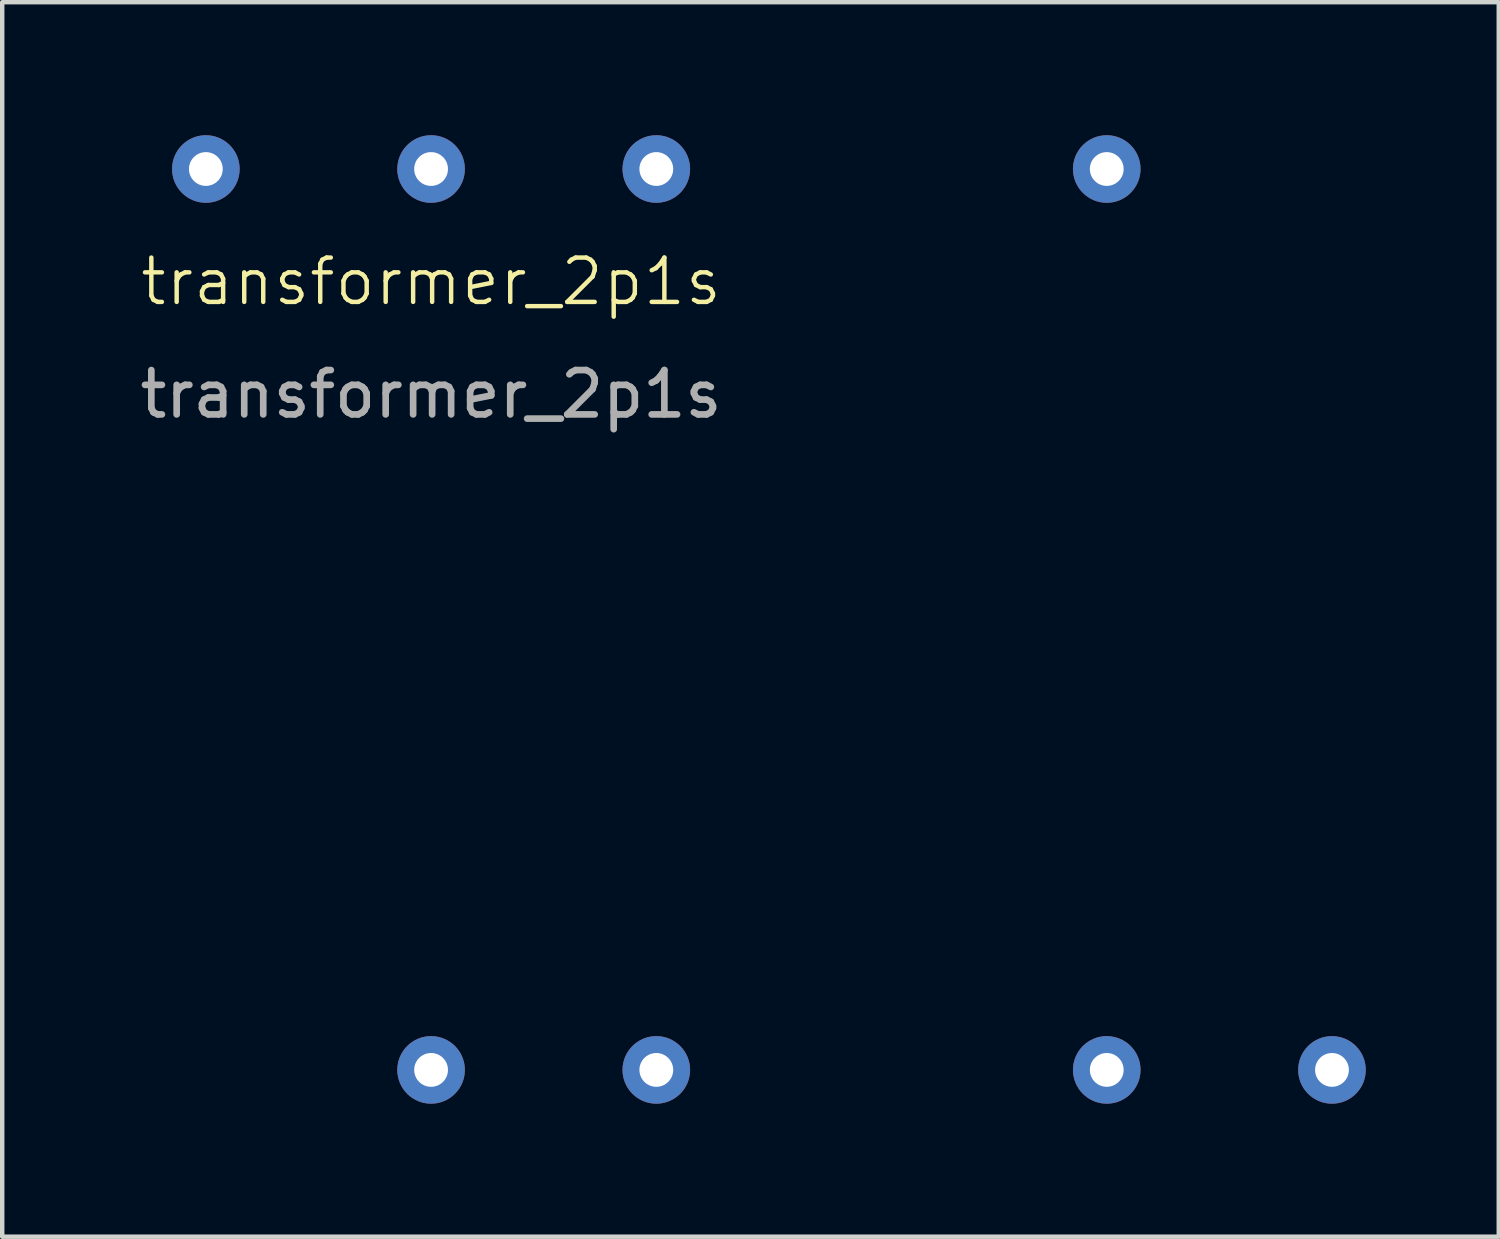
<source format=kicad_pcb>
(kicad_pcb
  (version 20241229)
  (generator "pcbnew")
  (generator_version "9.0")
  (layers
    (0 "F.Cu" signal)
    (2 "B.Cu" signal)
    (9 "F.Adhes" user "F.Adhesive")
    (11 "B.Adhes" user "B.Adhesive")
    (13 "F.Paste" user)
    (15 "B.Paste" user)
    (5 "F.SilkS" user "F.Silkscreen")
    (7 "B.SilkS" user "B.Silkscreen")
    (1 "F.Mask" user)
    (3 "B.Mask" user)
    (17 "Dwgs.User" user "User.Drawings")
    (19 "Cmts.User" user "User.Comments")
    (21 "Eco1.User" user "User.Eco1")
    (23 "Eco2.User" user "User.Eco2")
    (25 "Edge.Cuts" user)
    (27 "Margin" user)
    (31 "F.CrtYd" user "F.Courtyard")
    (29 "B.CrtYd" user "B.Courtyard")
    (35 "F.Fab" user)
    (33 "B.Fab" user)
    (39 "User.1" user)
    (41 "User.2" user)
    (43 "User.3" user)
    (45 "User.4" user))
  (footprint "transformer_2p1s"
    (layer "F.Cu")
    (at 1.593 0.762)
    (property "Reference" "transformer_2p1s" (at 5.08 2.54 0) (unlocked yes) (layer "F.SilkS") (effects (font (size 1 1) (thickness 0.1))))
    (attr through_hole)
    (fp_text user "${REFERENCE}" (at 5.08 5.08 0) (unlocked yes) (layer "F.Fab") (effects (font (size 1 1) (thickness 0.15))))
    (pad "2" thru_hole circle (at 20.32 0) (size 1.524 1.524) (drill 0.762) (layers "*.Cu" "*.Mask"))
    (pad "4" thru_hole circle (at 10.16 0) (size 1.524 1.524) (drill 0.762) (layers "*.Cu" "*.Mask"))
    (pad "5" thru_hole circle (at 5.08 0) (size 1.524 1.524) (drill 0.762) (layers "*.Cu" "*.Mask"))
    (pad "6" thru_hole circle (at 0 0) (size 1.524 1.524) (drill 0.762) (layers "*.Cu" "*.Mask"))
    (pad "8" thru_hole circle (at 5.08 20.32) (size 1.524 1.524) (drill 0.762) (layers "*.Cu" "*.Mask"))
    (pad "9" thru_hole circle (at 10.16 20.32) (size 1.524 1.524) (drill 0.762) (layers "*.Cu" "*.Mask"))
    (pad "11" thru_hole circle (at 20.32 20.32) (size 1.524 1.524) (drill 0.762) (layers "*.Cu" "*.Mask"))
    (pad "12" thru_hole circle (at 25.4 20.32) (size 1.524 1.524) (drill 0.762) (layers "*.Cu" "*.Mask")))
  (gr_rect
    (start -3 -3)
    (end 30.755 24.844)
    (stroke (width 0.1) (type default))
    (fill no)
    (layer "Edge.Cuts")))
</source>
